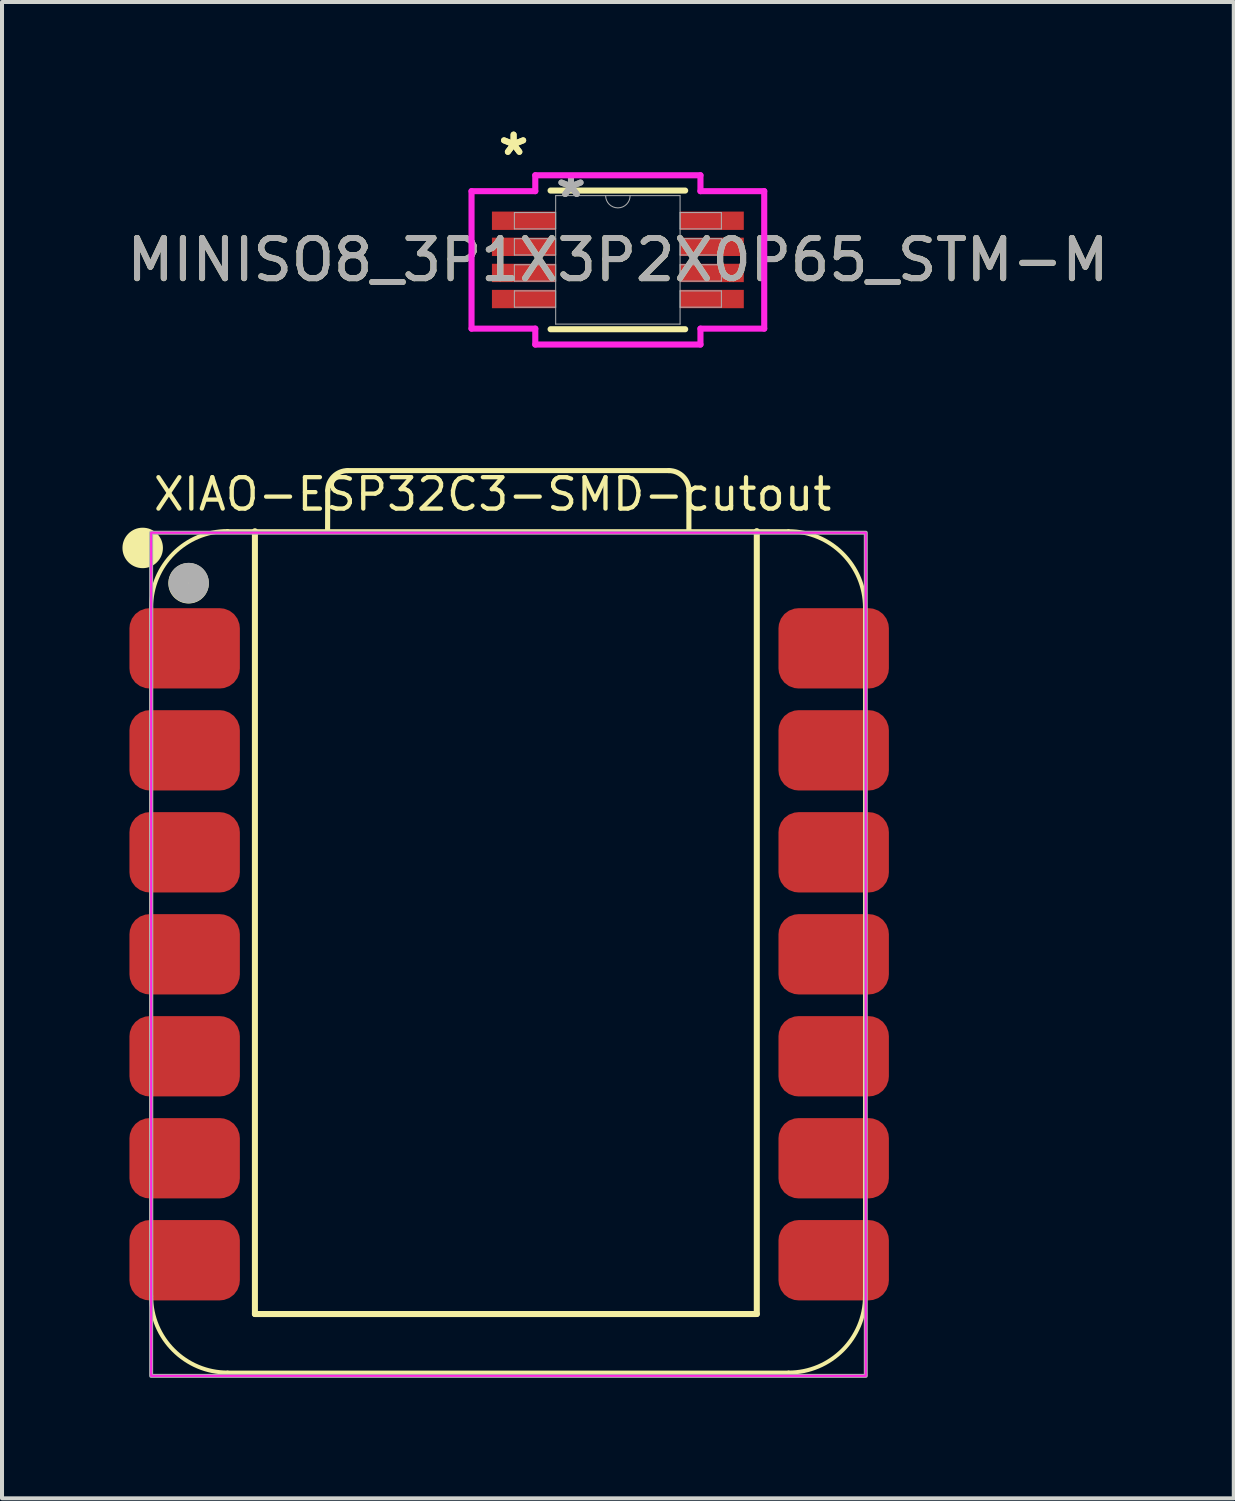
<source format=kicad_pcb>
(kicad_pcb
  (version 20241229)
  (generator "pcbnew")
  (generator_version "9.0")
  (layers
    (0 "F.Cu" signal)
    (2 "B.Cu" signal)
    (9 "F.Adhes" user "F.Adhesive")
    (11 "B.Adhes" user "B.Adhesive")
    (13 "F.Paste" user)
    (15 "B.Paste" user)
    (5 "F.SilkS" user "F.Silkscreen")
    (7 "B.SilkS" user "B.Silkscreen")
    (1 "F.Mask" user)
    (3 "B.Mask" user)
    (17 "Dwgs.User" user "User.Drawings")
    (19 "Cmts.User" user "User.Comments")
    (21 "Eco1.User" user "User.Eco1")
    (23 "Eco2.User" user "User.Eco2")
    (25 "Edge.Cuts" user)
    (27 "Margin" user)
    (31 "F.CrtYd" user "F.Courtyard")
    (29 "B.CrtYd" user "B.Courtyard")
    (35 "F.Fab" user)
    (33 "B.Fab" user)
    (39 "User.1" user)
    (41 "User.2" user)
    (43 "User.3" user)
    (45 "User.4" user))
  (footprint "MINISO8_3P1X3P2X0P65_STM-M"
    (layer "F.Cu")
    (at 12.339 3.423)
    (property "Reference" "MINISO8_3P1X3P2X0P65_STM-M" (at 0 0 0) (unlocked yes) (layer "F.SilkS") (effects (font (size 1 1) (thickness 0.15))))
    (attr smd)
    (fp_line (start -1.676 1.727) (end 1.676 1.727) (stroke (width 0.152) (type solid)) (layer "F.SilkS"))
    (fp_line (start 1.676 -1.727) (end -1.676 -1.727) (stroke (width 0.152) (type solid)) (layer "F.SilkS"))
    (fp_line (start -3.645 -1.712) (end -2.057 -1.712) (stroke (width 0.152) (type solid)) (layer "F.CrtYd"))
    (fp_line (start -3.645 1.712) (end -3.645 -1.712) (stroke (width 0.152) (type solid)) (layer "F.CrtYd"))
    (fp_line (start -3.645 1.712) (end -2.057 1.712) (stroke (width 0.152) (type solid)) (layer "F.CrtYd"))
    (fp_line (start -2.057 -2.108) (end 2.057 -2.108) (stroke (width 0.152) (type solid)) (layer "F.CrtYd"))
    (fp_line (start -2.057 -1.712) (end -2.057 -2.108) (stroke (width 0.152) (type solid)) (layer "F.CrtYd"))
    (fp_line (start -2.057 2.108) (end -2.057 1.712) (stroke (width 0.152) (type solid)) (layer "F.CrtYd"))
    (fp_line (start 2.057 -2.108) (end 2.057 -1.712) (stroke (width 0.152) (type solid)) (layer "F.CrtYd"))
    (fp_line (start 2.057 1.712) (end 2.057 2.108) (stroke (width 0.152) (type solid)) (layer "F.CrtYd"))
    (fp_line (start 2.057 2.108) (end -2.057 2.108) (stroke (width 0.152) (type solid)) (layer "F.CrtYd"))
    (fp_line (start 3.645 -1.712) (end 2.057 -1.712) (stroke (width 0.152) (type solid)) (layer "F.CrtYd"))
    (fp_line (start 3.645 -1.712) (end 3.645 1.712) (stroke (width 0.152) (type solid)) (layer "F.CrtYd"))
    (fp_line (start 3.645 1.712) (end 2.057 1.712) (stroke (width 0.152) (type solid)) (layer "F.CrtYd"))
    (fp_line (start -2.578 -1.178) (end -2.578 -0.772) (stroke (width 0.025) (type solid)) (layer "F.Fab"))
    (fp_line (start -2.578 -0.772) (end -1.549 -0.772) (stroke (width 0.025) (type solid)) (layer "F.Fab"))
    (fp_line (start -2.578 -0.528) (end -2.578 -0.122) (stroke (width 0.025) (type solid)) (layer "F.Fab"))
    (fp_line (start -2.578 -0.122) (end -1.549 -0.122) (stroke (width 0.025) (type solid)) (layer "F.Fab"))
    (fp_line (start -2.578 0.122) (end -2.578 0.528) (stroke (width 0.025) (type solid)) (layer "F.Fab"))
    (fp_line (start -2.578 0.528) (end -1.549 0.528) (stroke (width 0.025) (type solid)) (layer "F.Fab"))
    (fp_line (start -2.578 0.772) (end -2.578 1.178) (stroke (width 0.025) (type solid)) (layer "F.Fab"))
    (fp_line (start -2.578 1.178) (end -1.549 1.178) (stroke (width 0.025) (type solid)) (layer "F.Fab"))
    (fp_line (start -1.549 -1.6) (end -1.549 1.6) (stroke (width 0.025) (type solid)) (layer "F.Fab"))
    (fp_line (start -1.549 -1.178) (end -2.578 -1.178) (stroke (width 0.025) (type solid)) (layer "F.Fab"))
    (fp_line (start -1.549 -0.772) (end -1.549 -1.178) (stroke (width 0.025) (type solid)) (layer "F.Fab"))
    (fp_line (start -1.549 -0.528) (end -2.578 -0.528) (stroke (width 0.025) (type solid)) (layer "F.Fab"))
    (fp_line (start -1.549 -0.122) (end -1.549 -0.528) (stroke (width 0.025) (type solid)) (layer "F.Fab"))
    (fp_line (start -1.549 0.122) (end -2.578 0.122) (stroke (width 0.025) (type solid)) (layer "F.Fab"))
    (fp_line (start -1.549 0.528) (end -1.549 0.122) (stroke (width 0.025) (type solid)) (layer "F.Fab"))
    (fp_line (start -1.549 0.772) (end -2.578 0.772) (stroke (width 0.025) (type solid)) (layer "F.Fab"))
    (fp_line (start -1.549 1.178) (end -1.549 0.772) (stroke (width 0.025) (type solid)) (layer "F.Fab"))
    (fp_line (start -1.549 1.6) (end 1.549 1.6) (stroke (width 0.025) (type solid)) (layer "F.Fab"))
    (fp_line (start 1.549 -1.6) (end -1.549 -1.6) (stroke (width 0.025) (type solid)) (layer "F.Fab"))
    (fp_line (start 1.549 -1.178) (end 1.549 -0.772) (stroke (width 0.025) (type solid)) (layer "F.Fab"))
    (fp_line (start 1.549 -0.772) (end 2.578 -0.772) (stroke (width 0.025) (type solid)) (layer "F.Fab"))
    (fp_line (start 1.549 -0.528) (end 1.549 -0.122) (stroke (width 0.025) (type solid)) (layer "F.Fab"))
    (fp_line (start 1.549 -0.122) (end 2.578 -0.122) (stroke (width 0.025) (type solid)) (layer "F.Fab"))
    (fp_line (start 1.549 0.122) (end 1.549 0.528) (stroke (width 0.025) (type solid)) (layer "F.Fab"))
    (fp_line (start 1.549 0.528) (end 2.578 0.528) (stroke (width 0.025) (type solid)) (layer "F.Fab"))
    (fp_line (start 1.549 0.772) (end 1.549 1.178) (stroke (width 0.025) (type solid)) (layer "F.Fab"))
    (fp_line (start 1.549 1.178) (end 2.578 1.178) (stroke (width 0.025) (type solid)) (layer "F.Fab"))
    (fp_line (start 1.549 1.6) (end 1.549 -1.6) (stroke (width 0.025) (type solid)) (layer "F.Fab"))
    (fp_line (start 2.578 -1.178) (end 1.549 -1.178) (stroke (width 0.025) (type solid)) (layer "F.Fab"))
    (fp_line (start 2.578 -0.772) (end 2.578 -1.178) (stroke (width 0.025) (type solid)) (layer "F.Fab"))
    (fp_line (start 2.578 -0.528) (end 1.549 -0.528) (stroke (width 0.025) (type solid)) (layer "F.Fab"))
    (fp_line (start 2.578 -0.122) (end 2.578 -0.528) (stroke (width 0.025) (type solid)) (layer "F.Fab"))
    (fp_line (start 2.578 0.122) (end 1.549 0.122) (stroke (width 0.025) (type solid)) (layer "F.Fab"))
    (fp_line (start 2.578 0.528) (end 2.578 0.122) (stroke (width 0.025) (type solid)) (layer "F.Fab"))
    (fp_line (start 2.578 0.772) (end 1.549 0.772) (stroke (width 0.025) (type solid)) (layer "F.Fab"))
    (fp_line (start 2.578 1.178) (end 2.578 0.772) (stroke (width 0.025) (type solid)) (layer "F.Fab"))
    (fp_arc (start 0.3048 -1.6002) (mid 0 -1.2954) (end -0.3048 -1.6002) (stroke (width 0.0254) (type solid)) (layer "F.Fab"))
    (fp_text user "*" (at -2.597 -2.575 0) (layer "F.SilkS") (effects (font (size 1 1) (thickness 0.15))))
    (fp_text user "*" (at -2.597 -2.575 0) (unlocked yes) (layer "F.SilkS") (effects (font (size 1 1) (thickness 0.15))))
    (fp_text user "*" (at -1.168 -1.524 0) (unlocked yes) (layer "F.Fab") (effects (font (size 1 1) (thickness 0.15))))
    (fp_text user "${REFERENCE}" (at 0 0 0) (unlocked yes) (layer "F.Fab") (effects (font (size 1 1) (thickness 0.15))))
    (fp_text user "*" (at -1.168 -1.524 0) (layer "F.Fab") (effects (font (size 1 1) (thickness 0.15))))
    (pad "1" smd rect (at -2.343 -0.975) (size 1.587 0.457) (layers "F.Cu" "F.Mask" "F.Paste"))
    (pad "2" smd rect (at -2.343 -0.325) (size 1.587 0.457) (layers "F.Cu" "F.Mask" "F.Paste"))
    (pad "3" smd rect (at -2.343 0.325) (size 1.587 0.457) (layers "F.Cu" "F.Mask" "F.Paste"))
    (pad "4" smd rect (at -2.343 0.975) (size 1.587 0.457) (layers "F.Cu" "F.Mask" "F.Paste"))
    (pad "5" smd rect (at 2.343 0.975) (size 1.587 0.457) (layers "F.Cu" "F.Mask" "F.Paste"))
    (pad "6" smd rect (at 2.343 0.325) (size 1.587 0.457) (layers "F.Cu" "F.Mask" "F.Paste"))
    (pad "7" smd rect (at 2.343 -0.325) (size 1.587 0.457) (layers "F.Cu" "F.Mask" "F.Paste"))
    (pad "8" smd rect (at 2.343 -0.975) (size 1.587 0.457) (layers "F.Cu" "F.Mask" "F.Paste")))
  (footprint "XIAO-ESP32C3-SMD-cutout"
    (layer "F.Cu")
    (at 9.549 20.678)
    (property "Reference" "XIAO-ESP32C3-SMD-cutout" (at -8.835 -10.96 0) (layer "F.SilkS") (effects (font (size 0.782 0.782) (thickness 0.107)) (justify left bottom)))
    (fp_line (start -8.835 8.553) (end -8.835 -8.592) (stroke (width 0.1) (type solid)) (layer "F.SilkS"))
    (fp_line (start -6.93 10.458) (end 7.04 10.458) (stroke (width 0.1) (type solid)) (layer "F.SilkS"))
    (fp_line (start -6.25 -10.497) (end -6.25 9) (stroke (width 0.15) (type default)) (layer "F.SilkS"))
    (fp_line (start -6.25 9) (end 6.25 9) (stroke (width 0.15) (type default)) (layer "F.SilkS"))
    (fp_line (start -4.44 -10.497) (end -4.436 -11.507) (stroke (width 0.127) (type solid)) (layer "F.SilkS"))
    (fp_line (start -3.936 -12.007) (end 4.059 -12.007) (stroke (width 0.127) (type solid)) (layer "F.SilkS"))
    (fp_line (start 4.559 -11.507) (end 4.559 -10.497) (stroke (width 0.127) (type solid)) (layer "F.SilkS"))
    (fp_line (start 6.25 9) (end 6.25 -10.5) (stroke (width 0.15) (type default)) (layer "F.SilkS"))
    (fp_line (start 7.04 -10.497) (end -6.93 -10.497) (stroke (width 0.1) (type solid)) (layer "F.SilkS"))
    (fp_line (start 8.945 8.553) (end 8.945 -8.592) (stroke (width 0.1) (type solid)) (layer "F.SilkS"))
    (fp_arc (start -8.835 -8.596) (mid -8.277038 -9.943038) (end -6.93 -10.501) (stroke (width 0.1) (type solid)) (layer "F.SilkS"))
    (fp_arc (start -6.93 10.458) (mid -8.277038 9.900038) (end -8.835 8.553) (stroke (width 0.1) (type solid)) (layer "F.SilkS"))
    (fp_arc (start -4.436272 -11.507272) (mid -4.289724 -11.860644) (end -3.936272 -12.007) (stroke (width 0.127) (type default)) (layer "F.SilkS"))
    (fp_arc (start 4.059 -12.007) (mid 4.412553 -11.860553) (end 4.559 -11.507) (stroke (width 0.127) (type default)) (layer "F.SilkS"))
    (fp_arc (start 7.04 -10.497) (mid 8.387038 -9.939038) (end 8.945 -8.592) (stroke (width 0.1) (type solid)) (layer "F.SilkS"))
    (fp_arc (start 8.945 8.553) (mid 8.387038 9.900038) (end 7.04 10.458) (stroke (width 0.1) (type solid)) (layer "F.SilkS"))
    (fp_circle (center -9.045 -10.081) (end -9.045 -10.335) (stroke (width 0.5) (type solid)) (fill yes) (layer "F.SilkS"))
    (fp_circle (center -7.902 -9.201) (end -7.902 -9.455) (stroke (width 0.5) (type solid)) (fill yes) (layer "F.SilkS"))
    (fp_rect (start 8.965 10.54) (end -8.835 -10.46) (stroke (width 0.05) (type default)) (fill no) (layer "F.CrtYd"))
    (fp_rect (start -8.835 -10.46) (end 8.965 10.54) (stroke (width 0.1) (type default)) (fill no) (layer "F.Fab"))
    (fp_circle (center -7.899 -9.207) (end -7.899 -9.461) (stroke (width 0.5) (type solid)) (fill no) (layer "F.Fab"))
    (pad "1" smd roundrect (at -8 -7.58) (size 2.75 2) (layers "F.Cu" "F.Mask" "F.Paste") (roundrect_rratio 0.25))
    (pad "2" smd roundrect (at -8 -5.04) (size 2.75 2) (layers "F.Cu" "F.Mask" "F.Paste") (roundrect_rratio 0.25))
    (pad "3" smd roundrect (at -8 -2.5) (size 2.75 2) (layers "F.Cu" "F.Mask" "F.Paste") (roundrect_rratio 0.25))
    (pad "4" smd roundrect (at -8 0.04) (size 2.75 2) (layers "F.Cu" "F.Mask" "F.Paste") (roundrect_rratio 0.25))
    (pad "5" smd roundrect (at -8 2.58) (size 2.75 2) (layers "F.Cu" "F.Mask" "F.Paste") (roundrect_rratio 0.25))
    (pad "6" smd roundrect (at -8 5.12) (size 2.75 2) (layers "F.Cu" "F.Mask" "F.Paste") (roundrect_rratio 0.25))
    (pad "7" smd roundrect (at -8 7.66) (size 2.75 2) (layers "F.Cu" "F.Mask" "F.Paste") (roundrect_rratio 0.25))
    (pad "8" smd roundrect (at 8.165 7.66) (size 2.75 2) (layers "F.Cu" "F.Mask" "F.Paste") (roundrect_rratio 0.25))
    (pad "9" smd roundrect (at 8.165 5.12) (size 2.75 2) (layers "F.Cu" "F.Mask" "F.Paste") (roundrect_rratio 0.25))
    (pad "10" smd roundrect (at 8.165 2.58) (size 2.75 2) (layers "F.Cu" "F.Mask" "F.Paste") (roundrect_rratio 0.25))
    (pad "11" smd roundrect (at 8.165 0.04) (size 2.75 2) (layers "F.Cu" "F.Mask" "F.Paste") (roundrect_rratio 0.25))
    (pad "12" smd roundrect (at 8.165 -2.5) (size 2.75 2) (layers "F.Cu" "F.Mask" "F.Paste") (roundrect_rratio 0.25))
    (pad "13" smd roundrect (at 8.165 -5.04) (size 2.75 2) (layers "F.Cu" "F.Mask" "F.Paste") (roundrect_rratio 0.25))
    (pad "14" smd roundrect (at 8.165 -7.58) (size 2.75 2) (layers "F.Cu" "F.Mask" "F.Paste") (roundrect_rratio 0.25))
    (zone (net_name "") (layer "F.SilkS") (hatch edge 0.5) (connect_pads) (min_thickness 0.25) (filled_areas_thickness no) (keepout (tracks not_allowed) (vias not_allowed) (pads not_allowed) (copperpour not_allowed) (footprints allowed)) (placement (enabled no)) (fill) (polygon (pts (xy 3.299 10.181) (xy 3.299 29.678) (xy 15.799 29.678) (xy 15.799 10.178)))))
  (gr_rect
    (start -3 -3)
    (end 27.679 34.268)
    (stroke (width 0.1) (type default))
    (fill no)
    (layer "Edge.Cuts")))
</source>
